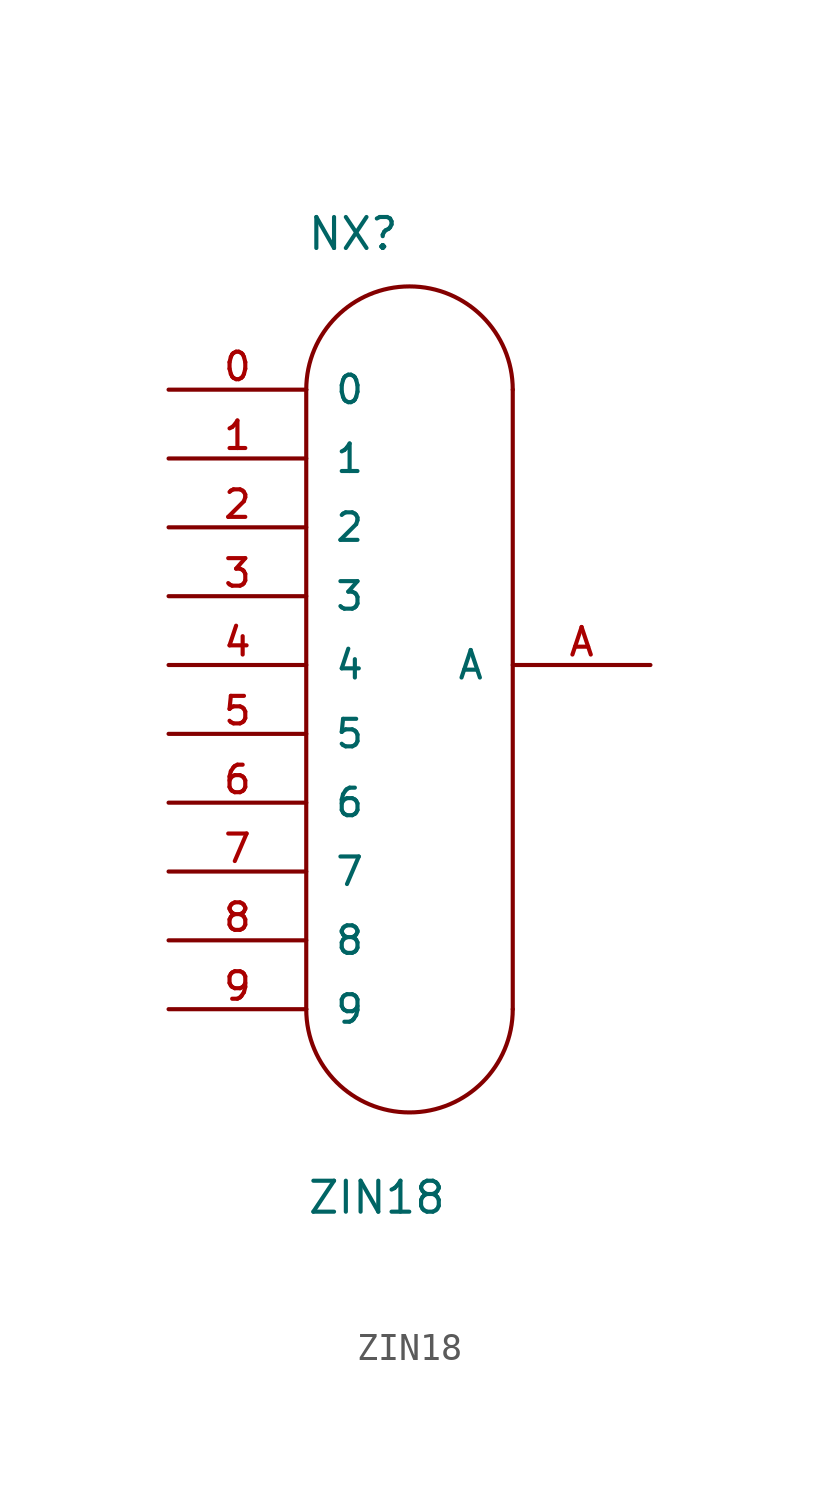
<source format=kicad_sym>
(kicad_symbol_lib
  (version 20241209)
  (generator "kicad_symbol_editor")
  (generator_version "9.0")
  (symbol "ZIN18"
    (pin_names
      (offset 1.016))
    (property "Reference" "NX"
      (at -22.86 12.7 0)
      (effects (font (size 1.143 1.143)) (justify left bottom)))
    (property "Value" "ZIN18"
      (at -22.86 -22.86 0)
      (effects (font (size 1.143 1.143)) (justify left bottom)))
    (property "ki_locked" ""
      (at 0 0 0)
      (effects (font (size 1.27 1.27))))
    (symbol "ZIN18_1_0"
      (polyline (pts (xy -22.86 7.62) (xy -22.86 -15.24)) (stroke (width 0) (type default)) (fill (type none)))
      (polyline (pts (xy -15.24 7.62) (xy -15.24 -15.24)) (stroke (width 0) (type default)) (fill (type none))))
    (symbol "ZIN18_1_1"
      (arc (start -22.86 7.62) (mid -19.05 11.4133) (end -15.24 7.62) (stroke (width 0) (type default)) (fill (type none)))
      (arc (start -15.24 -15.24) (mid -19.05 -19.0333) (end -22.86 -15.24) (stroke (width 0) (type default)) (fill (type none)))
      (pin passive line (at -27.94 7.62 0) (length 5.08) (name "0" (effects (font (size 1.016 1.016)))) (number "0" (effects (font (size 1.016 1.016)))))
      (pin passive line (at -27.94 5.08 0) (length 5.08) (name "1" (effects (font (size 1.016 1.016)))) (number "1" (effects (font (size 1.016 1.016)))))
      (pin passive line (at -27.94 2.54 0) (length 5.08) (name "2" (effects (font (size 1.016 1.016)))) (number "2" (effects (font (size 1.016 1.016)))))
      (pin passive line (at -27.94 0 0) (length 5.08) (name "3" (effects (font (size 1.016 1.016)))) (number "3" (effects (font (size 1.016 1.016)))))
      (pin passive line (at -27.94 -2.54 0) (length 5.08) (name "4" (effects (font (size 1.016 1.016)))) (number "4" (effects (font (size 1.016 1.016)))))
      (pin passive line (at -27.94 -5.08 0) (length 5.08) (name "5" (effects (font (size 1.016 1.016)))) (number "5" (effects (font (size 1.016 1.016)))))
      (pin passive line (at -27.94 -7.62 0) (length 5.08) (name "6" (effects (font (size 1.016 1.016)))) (number "6" (effects (font (size 1.016 1.016)))))
      (pin passive line (at -27.94 -10.16 0) (length 5.08) (name "7" (effects (font (size 1.016 1.016)))) (number "7" (effects (font (size 1.016 1.016)))))
      (pin passive line (at -27.94 -12.7 0) (length 5.08) (name "8" (effects (font (size 1.016 1.016)))) (number "8" (effects (font (size 1.016 1.016)))))
      (pin passive line (at -27.94 -15.24 0) (length 5.08) (name "9" (effects (font (size 1.016 1.016)))) (number "9" (effects (font (size 1.016 1.016)))))
      (pin passive line (at -10.16 -2.54 180) (length 5.08) (name "A" (effects (font (size 1.016 1.016)))) (number "A" (effects (font (size 1.016 1.016))))))))
</source>
